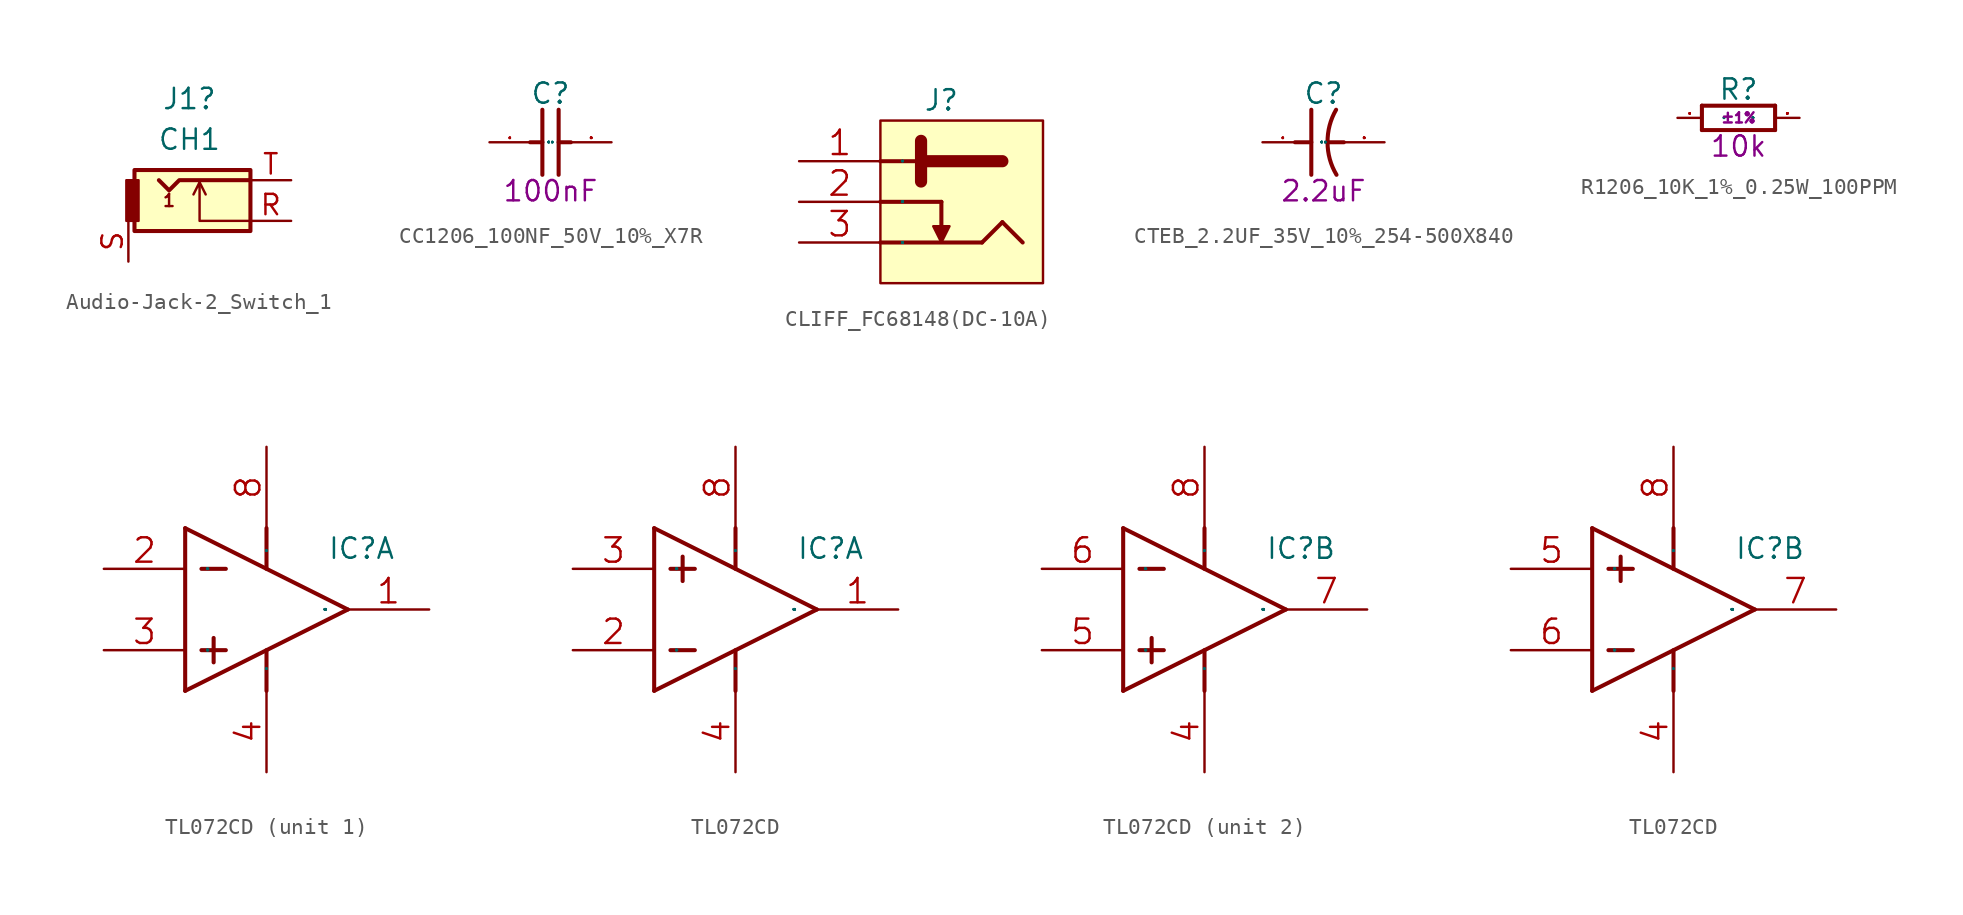
<source format=kicad_sym>
(kicad_symbol_lib
  (version 20241209)
  (generator "kicad_symbol_editor")
  (generator_version "9.0")
  (symbol "Audio-Jack-2_Switch_1"
    (pin_names
      (offset 1.016))
    (property "Reference" "J1"
      (at -1.27 7.62 0)
      (effects (font (size 1.27 1.27))))
    (property "Value" "CH1"
      (at -1.27 5.08 0)
      (effects (font (size 1.27 1.27))))
    (symbol "Audio-Jack-2_Switch_1_0_0"
      (text "1" (at -2.54 1.27 0) (effects (font (size 0.762 0.762)))))
    (symbol "Audio-Jack-2_Switch_1_0_1"
      (rectangle (start -4.699 3.175) (end 2.54 -0.635) (stroke (width 0.254) (type solid)) (fill (type background)))
      (rectangle (start -4.445 0) (end -5.207 2.54) (stroke (width 0) (type solid)) (fill (type outline)))
      (polyline (pts (xy -0.635 2.413) (xy -0.254 1.651)) (stroke (width 0) (type solid)) (fill (type none)))
      (polyline (pts (xy 2.54 2.54) (xy -1.905 2.54) (xy -2.54 1.905) (xy -3.175 2.54)) (stroke (width 0.254) (type solid)) (fill (type none)))
      (polyline (pts (xy 2.54 0) (xy -0.635 0) (xy -0.635 2.413) (xy -1.016 1.651)) (stroke (width 0) (type solid)) (fill (type none))))
    (symbol "Audio-Jack-2_Switch_1_1_1"
      (pin passive line (at -5.08 -2.54 90) (length 2.54) (name "~" (effects (font (size 1.27 1.27)))) (number "S" (effects (font (size 1.27 1.27)))))
      (pin passive line (at 5.08 2.54 180) (length 2.54) (name "~" (effects (font (size 1.27 1.27)))) (number "T" (effects (font (size 1.27 1.27)))))
      (pin passive line (at 5.08 0 180) (length 2.54) (name "~" (effects (font (size 1.27 1.27)))) (number "R" (effects (font (size 1.27 1.27)))))))
  (symbol "CC1206_100NF_50V_10%_X7R"
    (pin_names
      (offset 1.27))
    (property "Reference" "C"
      (at 3.81 3.048 0)
      (effects (font (size 1.27 1.27))))
    (property "Description" "100nF"
      (at 3.81 -3.048 0)
      (effects (font (size 1.27 1.27))))
    (property "ki_locked" ""
      (at 0 0 0)
      (effects (font (size 1.27 1.27))))
    (symbol "CC1206_100NF_50V_10%_X7R_0_1"
      (polyline (pts (xy 2.54 0) (xy 3.302 0)) (stroke (width 0.254) (type solid)) (fill (type none)))
      (polyline (pts (xy 3.302 -2.032) (xy 3.302 2.032)) (stroke (width 0.254) (type solid)) (fill (type none)))
      (polyline (pts (xy 4.318 2.032) (xy 4.318 -2.032)) (stroke (width 0.254) (type solid)) (fill (type none)))
      (polyline (pts (xy 5.08 0) (xy 4.318 0)) (stroke (width 0.254) (type solid)) (fill (type none)))
      (pin passive line (at 0 0 0) (length 2.54) (name "1" (effects (font (size 0.025 0.025)))) (number "1" (effects (font (size 0.025 0.025)))))
      (pin passive line (at 7.62 0 180) (length 2.54) (name "2" (effects (font (size 0.025 0.025)))) (number "2" (effects (font (size 0.025 0.025)))))))
  (symbol "CLIFF_FC68148(DC-10A)"
    (pin_names
      (offset 1.27))
    (property "Reference" "J"
      (at 3.81 1.27 0)
      (effects (font (size 1.27 1.27))))
    (property "ki_locked" ""
      (at 0 0 0)
      (effects (font (size 1.27 1.27))))
    (symbol "CLIFF_FC68148(DC-10A)_0_1"
      (polyline (pts (xy 0 -2.54) (xy 2.54 -2.54)) (stroke (width 0.254) (type solid)) (fill (type none)))
      (polyline (pts (xy 0 -5.08) (xy 3.81 -5.08)) (stroke (width 0.254) (type solid)) (fill (type none)))
      (polyline (pts (xy 0 -7.62) (xy 6.35 -7.62)) (stroke (width 0.254) (type solid)) (fill (type none)))
      (rectangle (start 0 -10.16) (end 10.16 0) (stroke (width 0) (type solid)) (fill (type background)))
      (polyline (pts (xy 2.54 -1.27) (xy 2.54 -3.81)) (stroke (width 0.762) (type solid)) (fill (type none)))
      (polyline (pts (xy 3.81 -7.112) (xy 3.81 -5.08)) (stroke (width 0.254) (type solid)) (fill (type none)))
      (polyline (pts (xy 3.81 -7.62) (xy 3.302 -6.604) (xy 4.318 -6.604) (xy 3.81 -7.62)) (stroke (width 0) (type solid)) (fill (type outline)))
      (polyline (pts (xy 6.35 -7.62) (xy 7.62 -6.35)) (stroke (width 0.254) (type solid)) (fill (type none)))
      (polyline (pts (xy 7.62 -2.54) (xy 2.54 -2.54)) (stroke (width 0.762) (type solid)) (fill (type none)))
      (polyline (pts (xy 8.89 -7.62) (xy 7.62 -6.35)) (stroke (width 0.254) (type solid)) (fill (type none)))
      (pin bidirectional line (at -5.08 -2.54 0) (length 5.08) (name "1" (effects (font (size 0.025 0.025)))) (number "1" (effects (font (size 1.524 1.524)))))
      (pin bidirectional line (at -5.08 -5.08 0) (length 5.08) (name "2" (effects (font (size 0.025 0.025)))) (number "2" (effects (font (size 1.524 1.524)))))
      (pin bidirectional line (at -5.08 -7.62 0) (length 5.08) (name "3" (effects (font (size 0.025 0.025)))) (number "3" (effects (font (size 1.524 1.524)))))))
  (symbol "CTEB_2.2UF_35V_10%_254-500X840"
    (pin_names
      (offset 1.27))
    (property "Reference" "C"
      (at 3.81 3.048 0)
      (effects (font (size 1.27 1.27))))
    (property "Description" "2.2uF"
      (at 3.81 -3.048 0)
      (effects (font (size 1.27 1.27))))
    (property "ki_locked" ""
      (at 0 0 0)
      (effects (font (size 1.27 1.27))))
    (symbol "CTEB_2.2UF_35V_10%_254-500X840_0_1"
      (polyline (pts (xy 2.032 0) (xy 3.048 0)) (stroke (width 0.254) (type solid)) (fill (type none)))
      (polyline (pts (xy 3.048 2.032) (xy 3.048 -2.032)) (stroke (width 0.254) (type solid)) (fill (type none)))
      (polyline (pts (xy 4.064 0) (xy 5.08 0)) (stroke (width 0.254) (type solid)) (fill (type none)))
      (arc (start 4.6228 -2.032) (mid 4.2033 -1.0545) (end 4.064 0) (stroke (width 0.254) (type solid)) (fill (type none)))
      (arc (start 4.064 0) (mid 4.1926 1.0523) (end 4.5974 2.032) (stroke (width 0.254) (type solid)) (fill (type none)))
      (text "+" (at 2.54 0.762 900) (effects (font (size 1.27 1.27)) (justify left bottom) (hide yes)))
      (pin passive line (at 0 0 0) (length 2.54) (name "1" (effects (font (size 0.025 0.025)))) (number "1" (effects (font (size 0.025 0.025)))))
      (pin passive line (at 7.62 0 180) (length 2.54) (name "2" (effects (font (size 0.025 0.025)))) (number "2" (effects (font (size 0.025 0.025)))))))
  (symbol "R1206_10K_1%_0.25W_100PPM"
    (pin_names
      (offset 1.27))
    (property "Reference" "R"
      (at 3.81 1.778 0)
      (effects (font (size 1.27 1.27))))
    (property "Description" "±1%"
      (at 3.81 0 0)
      (effects (font (size 0.635 0.635))))
    (property "Val" "10k"
      (at 3.81 -1.778 0)
      (effects (font (size 1.27 1.27))))
    (property "ki_locked" ""
      (at 0 0 0)
      (effects (font (size 1.27 1.27))))
    (symbol "R1206_10K_1%_0.25W_100PPM_0_1"
      (polyline (pts (xy 1.524 0.762) (xy 1.524 -0.762)) (stroke (width 0.254) (type solid)) (fill (type none)))
      (polyline (pts (xy 1.524 -0.762) (xy 6.096 -0.762)) (stroke (width 0.254) (type solid)) (fill (type none)))
      (polyline (pts (xy 6.096 0.762) (xy 1.524 0.762)) (stroke (width 0.254) (type solid)) (fill (type none)))
      (polyline (pts (xy 6.096 -0.762) (xy 6.096 0.762)) (stroke (width 0.254) (type solid)) (fill (type none)))
      (pin passive line (at 0 0 0) (length 1.524) (name "1" (effects (font (size 0.025 0.025)))) (number "1" (effects (font (size 0.025 0.025)))))
      (pin passive line (at 7.62 0 180) (length 1.524) (name "2" (effects (font (size 0.025 0.025)))) (number "2" (effects (font (size 0.025 0.025)))))))
  (symbol "TL072CD"
    (pin_names
      (offset 1.27))
    (property "Reference" "IC"
      (at 8.89 -1.27 0)
      (effects (font (size 1.27 1.27)) (justify left)))
    (property "ki_locked" ""
      (at 0 0 0)
      (effects (font (size 1.27 1.27))))
    (symbol "TL072CD_0_1"
      (pin power_in line (at 5.08 5.08 270) (length 5.08) (name "V+" (effects (font (size 0.025 0.025)))) (number "8" (effects (font (size 1.524 1.524)))))
      (pin power_in line (at 5.08 -15.24 90) (length 5.08) (name "V-" (effects (font (size 0.025 0.025)))) (number "4" (effects (font (size 1.524 1.524))))))
    (symbol "TL072CD_0_2"
      (pin power_in line (at 5.08 5.08 270) (length 5.08) (name "V+" (effects (font (size 0.025 0.025)))) (number "8" (effects (font (size 1.524 1.524)))))
      (pin power_in line (at 5.08 -15.24 90) (length 5.08) (name "V-" (effects (font (size 0.025 0.025)))) (number "4" (effects (font (size 1.524 1.524))))))
    (symbol "TL072CD_1_1"
      (polyline (pts (xy 0 0) (xy 0 -10.16)) (stroke (width 0.254) (type solid)) (fill (type none)))
      (polyline (pts (xy 0 0) (xy 10.16 -5.08)) (stroke (width 0.254) (type solid)) (fill (type none)))
      (polyline (pts (xy 0 -10.16) (xy 10.16 -5.08)) (stroke (width 0.254) (type solid)) (fill (type none)))
      (polyline (pts (xy 1.016 -2.54) (xy 2.54 -2.54)) (stroke (width 0.254) (type solid)) (fill (type none)))
      (polyline (pts (xy 1.016 -7.62) (xy 2.54 -7.62)) (stroke (width 0.254) (type solid)) (fill (type none)))
      (polyline (pts (xy 1.778 -6.858) (xy 1.778 -8.382)) (stroke (width 0.254) (type solid)) (fill (type none)))
      (polyline (pts (xy 5.08 0) (xy 5.08 -2.54)) (stroke (width 0.254) (type solid)) (fill (type none)))
      (polyline (pts (xy 5.08 -7.62) (xy 5.08 -10.16)) (stroke (width 0.254) (type solid)) (fill (type none)))
      (text "V+" (at 5.08 -1.27 900) (effects (font (size 1.016 1.016)) (justify left bottom) (hide yes)))
      (text "V-" (at 5.08 -8.89 900) (effects (font (size 1.016 1.016)) (justify right bottom) (hide yes)))
      (pin input line (at -5.08 -2.54 0) (length 5.08) (name "IN-" (effects (font (size 0.025 0.025)))) (number "2" (effects (font (size 1.524 1.524)))))
      (pin input line (at -5.08 -7.62 0) (length 5.08) (name "IN+" (effects (font (size 0.025 0.025)))) (number "3" (effects (font (size 1.524 1.524)))))
      (pin output line (at 15.24 -5.08 180) (length 5.08) (name "OUT" (effects (font (size 0.025 0.025)))) (number "1" (effects (font (size 1.524 1.524))))))
    (symbol "TL072CD_1_2"
      (polyline (pts (xy 0 0) (xy 0 -10.16)) (stroke (width 0.254) (type solid)) (fill (type none)))
      (polyline (pts (xy 0 0) (xy 10.16 -5.08)) (stroke (width 0.254) (type solid)) (fill (type none)))
      (polyline (pts (xy 0 -10.16) (xy 10.16 -5.08)) (stroke (width 0.254) (type solid)) (fill (type none)))
      (polyline (pts (xy 1.016 -2.54) (xy 2.54 -2.54)) (stroke (width 0.254) (type solid)) (fill (type none)))
      (polyline (pts (xy 1.016 -7.62) (xy 2.54 -7.62)) (stroke (width 0.254) (type solid)) (fill (type none)))
      (polyline (pts (xy 1.778 -1.778) (xy 1.778 -3.302)) (stroke (width 0.254) (type solid)) (fill (type none)))
      (polyline (pts (xy 5.08 0) (xy 5.08 -2.54)) (stroke (width 0.254) (type solid)) (fill (type none)))
      (polyline (pts (xy 5.08 -7.62) (xy 5.08 -10.16)) (stroke (width 0.254) (type solid)) (fill (type none)))
      (text "V+" (at 5.08 -1.27 900) (effects (font (size 1.016 1.016)) (justify left bottom) (hide yes)))
      (text "V-" (at 5.08 -8.89 900) (effects (font (size 1.016 1.016)) (justify right bottom) (hide yes)))
      (pin input line (at -5.08 -2.54 0) (length 5.08) (name "IN+" (effects (font (size 0.025 0.025)))) (number "3" (effects (font (size 1.524 1.524)))))
      (pin input line (at -5.08 -7.62 0) (length 5.08) (name "IN-" (effects (font (size 0.025 0.025)))) (number "2" (effects (font (size 1.524 1.524)))))
      (pin output line (at 15.24 -5.08 180) (length 5.08) (name "OUT" (effects (font (size 0.025 0.025)))) (number "1" (effects (font (size 1.524 1.524))))))
    (symbol "TL072CD_2_1"
      (polyline (pts (xy 0 0) (xy 0 -10.16)) (stroke (width 0.254) (type solid)) (fill (type none)))
      (polyline (pts (xy 0 0) (xy 10.16 -5.08)) (stroke (width 0.254) (type solid)) (fill (type none)))
      (polyline (pts (xy 0 -10.16) (xy 10.16 -5.08)) (stroke (width 0.254) (type solid)) (fill (type none)))
      (polyline (pts (xy 1.016 -2.54) (xy 2.54 -2.54)) (stroke (width 0.254) (type solid)) (fill (type none)))
      (polyline (pts (xy 1.016 -7.62) (xy 2.54 -7.62)) (stroke (width 0.254) (type solid)) (fill (type none)))
      (polyline (pts (xy 1.778 -6.858) (xy 1.778 -8.382)) (stroke (width 0.254) (type solid)) (fill (type none)))
      (polyline (pts (xy 5.08 0) (xy 5.08 -2.54)) (stroke (width 0.254) (type solid)) (fill (type none)))
      (polyline (pts (xy 5.08 -7.62) (xy 5.08 -10.16)) (stroke (width 0.254) (type solid)) (fill (type none)))
      (text "V+" (at 5.08 -1.27 900) (effects (font (size 1.016 1.016)) (justify left bottom) (hide yes)))
      (text "V-" (at 5.08 -8.89 900) (effects (font (size 1.016 1.016)) (justify right bottom) (hide yes)))
      (pin input line (at -5.08 -2.54 0) (length 5.08) (name "IN-" (effects (font (size 0.025 0.025)))) (number "6" (effects (font (size 1.524 1.524)))))
      (pin input line (at -5.08 -7.62 0) (length 5.08) (name "IN+" (effects (font (size 0.025 0.025)))) (number "5" (effects (font (size 1.524 1.524)))))
      (pin output line (at 15.24 -5.08 180) (length 5.08) (name "OUT" (effects (font (size 0.025 0.025)))) (number "7" (effects (font (size 1.524 1.524))))))
    (symbol "TL072CD_2_2"
      (polyline (pts (xy 0 0) (xy 0 -10.16)) (stroke (width 0.254) (type solid)) (fill (type none)))
      (polyline (pts (xy 0 0) (xy 10.16 -5.08)) (stroke (width 0.254) (type solid)) (fill (type none)))
      (polyline (pts (xy 0 -10.16) (xy 10.16 -5.08)) (stroke (width 0.254) (type solid)) (fill (type none)))
      (polyline (pts (xy 1.016 -2.54) (xy 2.54 -2.54)) (stroke (width 0.254) (type solid)) (fill (type none)))
      (polyline (pts (xy 1.016 -7.62) (xy 2.54 -7.62)) (stroke (width 0.254) (type solid)) (fill (type none)))
      (polyline (pts (xy 1.778 -1.778) (xy 1.778 -3.302)) (stroke (width 0.254) (type solid)) (fill (type none)))
      (polyline (pts (xy 5.08 0) (xy 5.08 -2.54)) (stroke (width 0.254) (type solid)) (fill (type none)))
      (polyline (pts (xy 5.08 -7.62) (xy 5.08 -10.16)) (stroke (width 0.254) (type solid)) (fill (type none)))
      (text "V+" (at 5.08 -1.27 900) (effects (font (size 1.016 1.016)) (justify left bottom) (hide yes)))
      (text "V-" (at 5.08 -8.89 900) (effects (font (size 1.016 1.016)) (justify right bottom) (hide yes)))
      (pin input line (at -5.08 -2.54 0) (length 5.08) (name "IN+" (effects (font (size 0.025 0.025)))) (number "5" (effects (font (size 1.524 1.524)))))
      (pin input line (at -5.08 -7.62 0) (length 5.08) (name "IN-" (effects (font (size 0.025 0.025)))) (number "6" (effects (font (size 1.524 1.524)))))
      (pin output line (at 15.24 -5.08 180) (length 5.08) (name "OUT" (effects (font (size 0.025 0.025)))) (number "7" (effects (font (size 1.524 1.524))))))))
</source>
